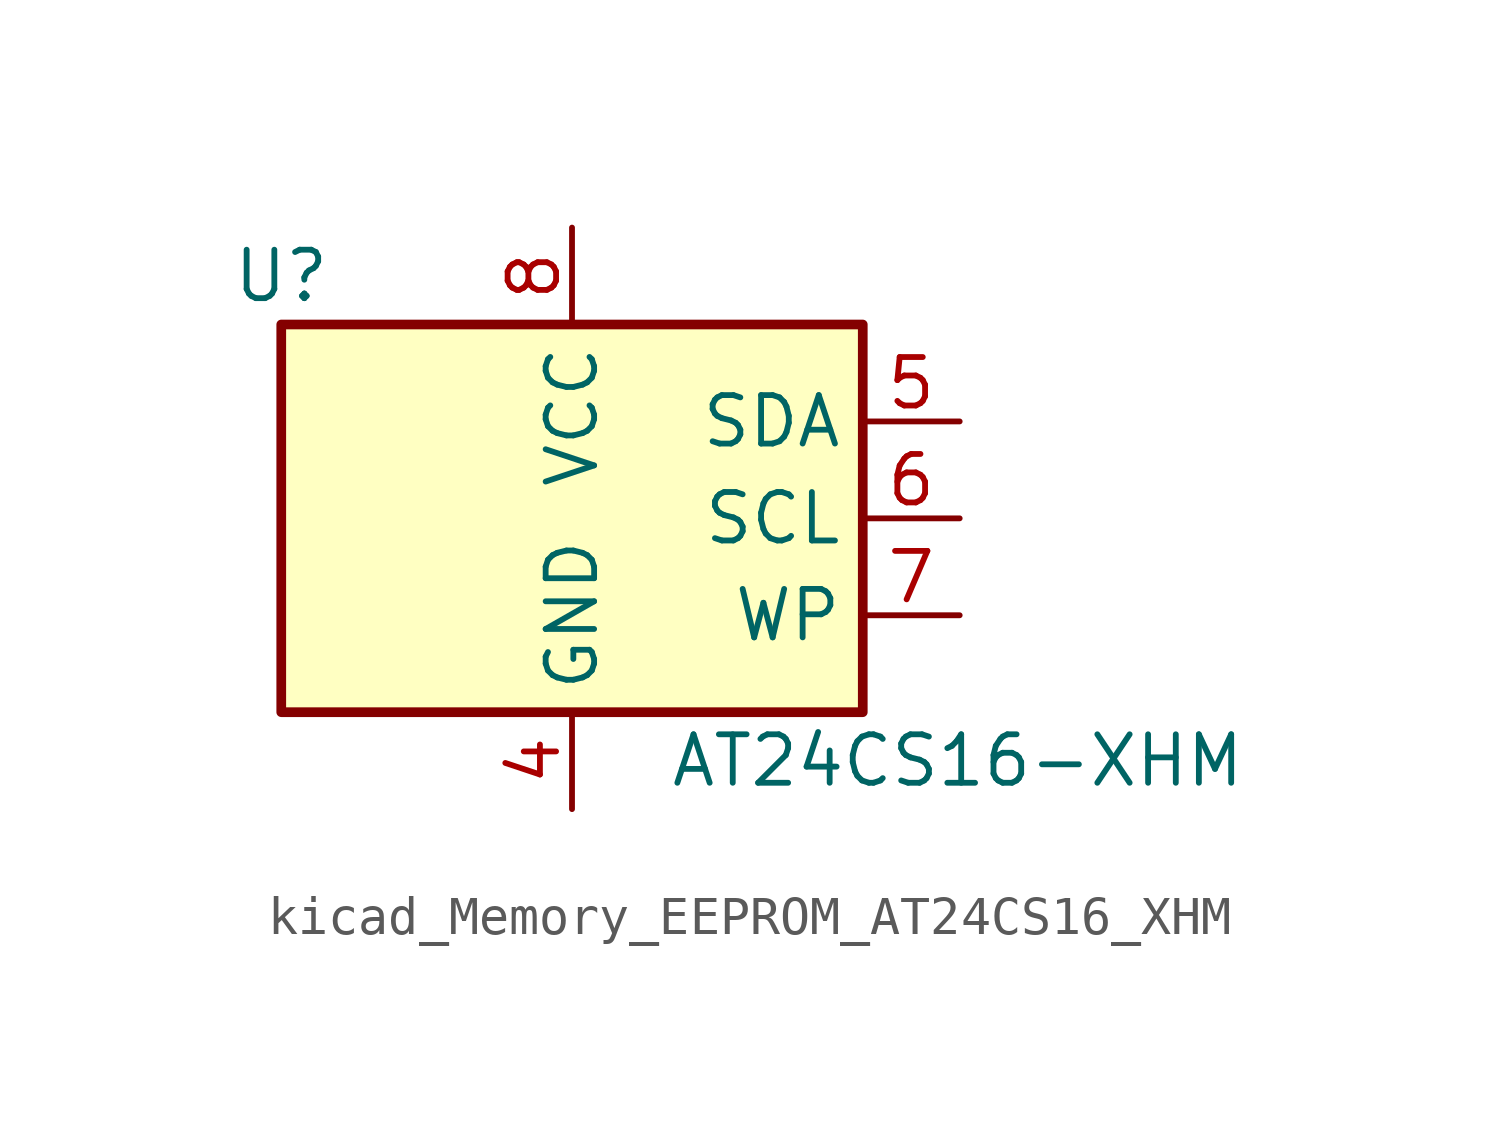
<source format=kicad_sym>
(kicad_symbol_lib
  (version 20220914)
  (generator kicad_symbol_editor)
  (symbol "kicad_Memory_EEPROM_AT24CS16_XHM"
    (property "Reference" "U"
      (at -7.62 6.35 0)
      (effects (font (size 1.27 1.27))))
    (property "Value" "AT24CS16-XHM"
      (at 2.54 -6.35 0)
      (effects (font (size 1.27 1.27)) (justify left)))
    (symbol "kicad_Memory_EEPROM_AT24CS16_XHM_1_1"
      (rectangle (start -7.62 5.08) (end 7.62 -5.08) (stroke (width 0.254) (type default)) (fill (type background)))
      (pin no_connect line (at -7.62 2.54 0) (length 2.54) hide (name "NC" (effects (font (size 1.27 1.27)))) (number "1" (effects (font (size 1.27 1.27)))))
      (pin no_connect line (at -7.62 0 0) (length 2.54) hide (name "NC" (effects (font (size 1.27 1.27)))) (number "2" (effects (font (size 1.27 1.27)))))
      (pin no_connect line (at -7.62 -2.54 0) (length 2.54) hide (name "NC" (effects (font (size 1.27 1.27)))) (number "3" (effects (font (size 1.27 1.27)))))
      (pin power_in line (at 0 -7.62 90) (length 2.54) (name "GND" (effects (font (size 1.27 1.27)))) (number "4" (effects (font (size 1.27 1.27)))))
      (pin bidirectional line (at 10.16 2.54 180) (length 2.54) (name "SDA" (effects (font (size 1.27 1.27)))) (number "5" (effects (font (size 1.27 1.27)))))
      (pin input line (at 10.16 0 180) (length 2.54) (name "SCL" (effects (font (size 1.27 1.27)))) (number "6" (effects (font (size 1.27 1.27)))))
      (pin input line (at 10.16 -2.54 180) (length 2.54) (name "WP" (effects (font (size 1.27 1.27)))) (number "7" (effects (font (size 1.27 1.27)))))
      (pin power_in line (at 0 7.62 270) (length 2.54) (name "VCC" (effects (font (size 1.27 1.27)))) (number "8" (effects (font (size 1.27 1.27))))))))
</source>
